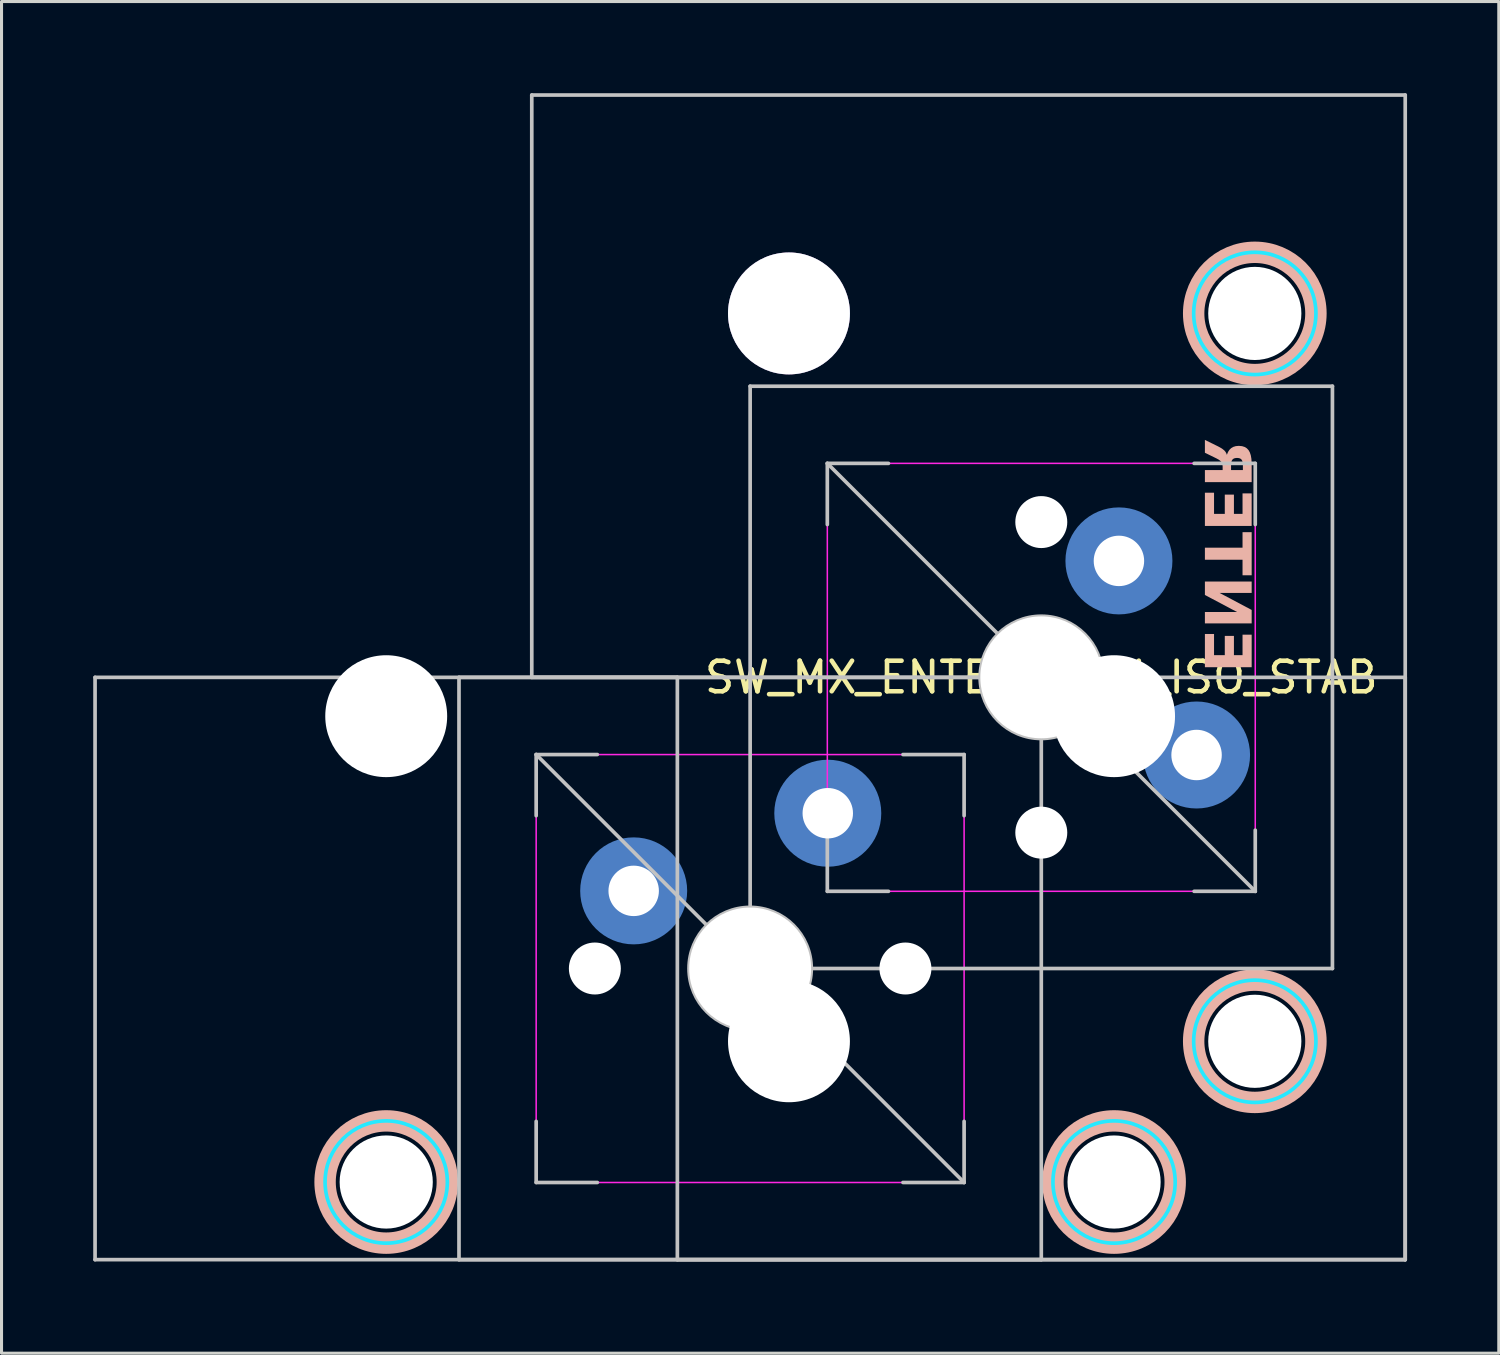
<source format=kicad_pcb>
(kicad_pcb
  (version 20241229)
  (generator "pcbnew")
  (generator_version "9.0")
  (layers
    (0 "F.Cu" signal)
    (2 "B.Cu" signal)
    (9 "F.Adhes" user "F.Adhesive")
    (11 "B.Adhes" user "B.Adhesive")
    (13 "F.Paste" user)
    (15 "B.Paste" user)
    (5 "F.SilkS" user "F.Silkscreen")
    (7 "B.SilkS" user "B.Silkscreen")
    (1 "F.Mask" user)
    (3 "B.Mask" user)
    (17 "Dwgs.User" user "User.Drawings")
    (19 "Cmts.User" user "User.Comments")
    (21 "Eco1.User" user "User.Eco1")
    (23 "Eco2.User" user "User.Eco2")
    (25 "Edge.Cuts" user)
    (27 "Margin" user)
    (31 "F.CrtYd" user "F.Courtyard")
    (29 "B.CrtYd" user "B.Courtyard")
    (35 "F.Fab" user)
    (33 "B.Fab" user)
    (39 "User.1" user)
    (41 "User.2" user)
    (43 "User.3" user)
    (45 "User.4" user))
  (footprint "SW_MX_ENTER_ANSI_ISO_STAB"
    (layer "F.Cu")
    (at 21.491 28.635)
    (property "Reference" "SW_MX_ENTER_ANSI_ISO_STAB" (at 9.525 -9.525 0) (layer "F.SilkS") (effects (font (size 1 1) (thickness 0.15))))
    (attr through_hole exclude_from_pos_files exclude_from_bom)
    (fp_circle (center -11.906 6.985) (end -13.906 6.985) (stroke (width 0.7) (type solid)) (fill no) (layer "B.SilkS"))
    (fp_circle (center 11.906 6.985) (end 9.906 6.985) (stroke (width 0.7) (type solid)) (fill no) (layer "B.SilkS"))
    (fp_circle (center 16.51 -21.431) (end 18.51 -21.431) (stroke (width 0.7) (type solid)) (fill no) (layer "B.SilkS"))
    (fp_circle (center 16.51 2.381) (end 18.51 2.381) (stroke (width 0.7) (type solid)) (fill no) (layer "B.SilkS"))
    (fp_line (start -21.431 9.525) (end -21.431 -9.525) (stroke (width 0.12) (type solid)) (layer "Dwgs.User"))
    (fp_line (start -9.525 -9.525) (end -9.525 9.525) (stroke (width 0.12) (type solid)) (layer "Dwgs.User"))
    (fp_line (start -9.525 9.525) (end 9.525 9.525) (stroke (width 0.12) (type solid)) (layer "Dwgs.User"))
    (fp_line (start -7.144 -28.575) (end -7.144 -9.525) (stroke (width 0.12) (type solid)) (layer "Dwgs.User"))
    (fp_line (start -7.144 -9.525) (end -2.381 -9.525) (stroke (width 0.12) (type solid)) (layer "Dwgs.User"))
    (fp_line (start -7 -7) (end -7 -5) (stroke (width 0.12) (type solid)) (layer "Dwgs.User"))
    (fp_line (start -7 7) (end -7 5) (stroke (width 0.12) (type solid)) (layer "Dwgs.User"))
    (fp_line (start -5 -7) (end -7 -7) (stroke (width 0.12) (type solid)) (layer "Dwgs.User"))
    (fp_line (start -5 7) (end -7 7) (stroke (width 0.12) (type solid)) (layer "Dwgs.User"))
    (fp_line (start -2.381 -9.525) (end -2.381 9.525) (stroke (width 0.12) (type solid)) (layer "Dwgs.User"))
    (fp_line (start -2.381 9.525) (end 21.431 9.525) (stroke (width 0.12) (type solid)) (layer "Dwgs.User"))
    (fp_line (start 0 -19.05) (end 0 0) (stroke (width 0.12) (type solid)) (layer "Dwgs.User"))
    (fp_line (start 0 0) (end 19.05 0) (stroke (width 0.12) (type solid)) (layer "Dwgs.User"))
    (fp_line (start 2.525 -16.525) (end 4.525 -16.525) (stroke (width 0.12) (type solid)) (layer "Dwgs.User"))
    (fp_line (start 2.525 -16.525) (end 16.525 -2.525) (stroke (width 0.12) (type solid)) (layer "Dwgs.User"))
    (fp_line (start 2.525 -14.525) (end 2.525 -16.525) (stroke (width 0.12) (type solid)) (layer "Dwgs.User"))
    (fp_line (start 2.525 -2.525) (end 2.525 -4.525) (stroke (width 0.12) (type solid)) (layer "Dwgs.User"))
    (fp_line (start 4.525 -2.525) (end 2.525 -2.525) (stroke (width 0.12) (type solid)) (layer "Dwgs.User"))
    (fp_line (start 5 -7) (end 7 -7) (stroke (width 0.12) (type solid)) (layer "Dwgs.User"))
    (fp_line (start 7 -7) (end 7 -5) (stroke (width 0.12) (type solid)) (layer "Dwgs.User"))
    (fp_line (start 7 5) (end 7 7) (stroke (width 0.12) (type solid)) (layer "Dwgs.User"))
    (fp_line (start 7 7) (end -7 -7) (stroke (width 0.12) (type solid)) (layer "Dwgs.User"))
    (fp_line (start 7 7) (end 5 7) (stroke (width 0.12) (type solid)) (layer "Dwgs.User"))
    (fp_line (start 9.525 -9.525) (end -9.525 -9.525) (stroke (width 0.12) (type solid)) (layer "Dwgs.User"))
    (fp_line (start 9.525 9.525) (end 9.525 -9.525) (stroke (width 0.12) (type solid)) (layer "Dwgs.User"))
    (fp_line (start 16.525 -16.525) (end 14.525 -16.525) (stroke (width 0.12) (type solid)) (layer "Dwgs.User"))
    (fp_line (start 16.525 -14.525) (end 16.525 -16.525) (stroke (width 0.12) (type solid)) (layer "Dwgs.User"))
    (fp_line (start 16.525 -4.525) (end 16.525 -2.525) (stroke (width 0.12) (type solid)) (layer "Dwgs.User"))
    (fp_line (start 16.525 -2.525) (end 14.525 -2.525) (stroke (width 0.12) (type solid)) (layer "Dwgs.User"))
    (fp_line (start 19.05 -19.05) (end 0 -19.05) (stroke (width 0.12) (type solid)) (layer "Dwgs.User"))
    (fp_line (start 19.05 0) (end 19.05 -19.05) (stroke (width 0.12) (type solid)) (layer "Dwgs.User"))
    (fp_line (start 21.431 -28.575) (end -7.144 -28.575) (stroke (width 0.12) (type solid)) (layer "Dwgs.User"))
    (fp_line (start 21.431 -9.525) (end -21.431 -9.525) (stroke (width 0.12) (type solid)) (layer "Dwgs.User"))
    (fp_line (start 21.431 9.525) (end -21.431 9.525) (stroke (width 0.12) (type solid)) (layer "Dwgs.User"))
    (fp_line (start 21.431 9.525) (end 21.431 -28.575) (stroke (width 0.12) (type solid)) (layer "Dwgs.User"))
    (fp_line (start 21.431 9.525) (end 21.431 -9.525) (stroke (width 0.12) (type solid)) (layer "Dwgs.User"))
    (fp_circle (center 0 0) (end -2 0) (stroke (width 0.12) (type solid)) (fill no) (layer "Dwgs.User"))
    (fp_circle (center 9.525 -9.525) (end 11.525 -9.525) (stroke (width 0.12) (type solid)) (fill no) (layer "Dwgs.User"))
    (fp_line (start -15.28 5.5) (end -15.281 -7.5) (stroke (width 0.05) (type solid)) (layer "Eco2.User"))
    (fp_line (start -9.031 -8) (end -14.781 -8) (stroke (width 0.05) (type solid)) (layer "Eco2.User"))
    (fp_line (start -9.031 6) (end -14.78 6) (stroke (width 0.05) (type solid)) (layer "Eco2.User"))
    (fp_line (start -8.531 5.5) (end -8.531 -7.5) (stroke (width 0.05) (type solid)) (layer "Eco2.User"))
    (fp_line (start -7 6.5) (end -7 -6.5) (stroke (width 0.05) (type solid)) (layer "Eco2.User"))
    (fp_line (start -6.5 -7) (end 6.5 -7) (stroke (width 0.05) (type solid)) (layer "Eco2.User"))
    (fp_line (start 1.525 -24.306) (end 1.525 -18.556) (stroke (width 0.05) (type solid)) (layer "Eco2.User"))
    (fp_line (start 1.525 -0.494) (end 1.525 5.256) (stroke (width 0.05) (type solid)) (layer "Eco2.User"))
    (fp_line (start 2.525 -3.025) (end 2.525 -16.025) (stroke (width 0.05) (type solid)) (layer "Eco2.User"))
    (fp_line (start 3.025 -16.525) (end 16.025 -16.525) (stroke (width 0.05) (type solid)) (layer "Eco2.User"))
    (fp_line (start 6.5 7) (end -6.5 7) (stroke (width 0.05) (type solid)) (layer "Eco2.User"))
    (fp_line (start 7 -6.5) (end 7 6.5) (stroke (width 0.05) (type solid)) (layer "Eco2.User"))
    (fp_line (start 8.531 5.5) (end 8.531 -7.5) (stroke (width 0.05) (type solid)) (layer "Eco2.User"))
    (fp_line (start 14.781 -8) (end 9.031 -8) (stroke (width 0.05) (type solid)) (layer "Eco2.User"))
    (fp_line (start 14.781 6) (end 9.031 6) (stroke (width 0.05) (type solid)) (layer "Eco2.User"))
    (fp_line (start 15.025 -24.806) (end 2.025 -24.806) (stroke (width 0.05) (type solid)) (layer "Eco2.User"))
    (fp_line (start 15.025 -18.056) (end 2.025 -18.056) (stroke (width 0.05) (type solid)) (layer "Eco2.User"))
    (fp_line (start 15.025 -0.994) (end 2.025 -0.994) (stroke (width 0.05) (type solid)) (layer "Eco2.User"))
    (fp_line (start 15.025 5.755) (end 2.025 5.756) (stroke (width 0.05) (type solid)) (layer "Eco2.User"))
    (fp_line (start 15.281 5.5) (end 15.281 -7.5) (stroke (width 0.05) (type solid)) (layer "Eco2.User"))
    (fp_line (start 15.525 -24.306) (end 15.525 -18.556) (stroke (width 0.05) (type solid)) (layer "Eco2.User"))
    (fp_line (start 15.525 -0.494) (end 15.525 5.255) (stroke (width 0.05) (type solid)) (layer "Eco2.User"))
    (fp_line (start 16.025 -2.525) (end 3.025 -2.525) (stroke (width 0.05) (type solid)) (layer "Eco2.User"))
    (fp_line (start 16.525 -16.025) (end 16.525 -3.025) (stroke (width 0.05) (type solid)) (layer "Eco2.User"))
    (fp_arc (start -15.28125 -7.500001) (mid -15.134803 -7.853554) (end -14.78125 -8.000001) (stroke (width 0.05) (type solid)) (layer "Eco2.User"))
    (fp_arc (start -14.780039 5.999999) (mid -15.133592 5.853552) (end -15.280039 5.499999) (stroke (width 0.05) (type solid)) (layer "Eco2.User"))
    (fp_arc (start -9.03125 -8.000001) (mid -8.677697 -7.853554) (end -8.53125 -7.500001) (stroke (width 0.05) (type solid)) (layer "Eco2.User"))
    (fp_arc (start -8.53125 5.499999) (mid -8.677697 5.853552) (end -9.03125 5.999999) (stroke (width 0.05) (type solid)) (layer "Eco2.User"))
    (fp_arc (start -7 -6.5) (mid -6.853553 -6.853553) (end -6.5 -7) (stroke (width 0.05) (type solid)) (layer "Eco2.User"))
    (fp_arc (start -6.5 7) (mid -6.853553 6.853553) (end -7 6.5) (stroke (width 0.05) (type solid)) (layer "Eco2.User"))
    (fp_arc (start 1.524999 -24.30625) (mid 1.671446 -24.659803) (end 2.024999 -24.80625) (stroke (width 0.05) (type solid)) (layer "Eco2.User"))
    (fp_arc (start 1.524999 -0.49375) (mid 1.671446 -0.847303) (end 2.024999 -0.99375) (stroke (width 0.05) (type solid)) (layer "Eco2.User"))
    (fp_arc (start 2.024999 -18.05625) (mid 1.671446 -18.202697) (end 1.524999 -18.55625) (stroke (width 0.05) (type solid)) (layer "Eco2.User"))
    (fp_arc (start 2.024999 5.75625) (mid 1.671446 5.609803) (end 1.524999 5.25625) (stroke (width 0.05) (type solid)) (layer "Eco2.User"))
    (fp_arc (start 2.525 -16.025) (mid 2.671447 -16.378553) (end 3.025 -16.525) (stroke (width 0.05) (type solid)) (layer "Eco2.User"))
    (fp_arc (start 3.026116 -2.527764) (mid 2.672563 -2.674211) (end 2.526116 -3.027764) (stroke (width 0.05) (type solid)) (layer "Eco2.User"))
    (fp_arc (start 6.5 -7) (mid 6.853553 -6.853553) (end 7 -6.5) (stroke (width 0.05) (type solid)) (layer "Eco2.User"))
    (fp_arc (start 6.997236 6.498884) (mid 6.850789 6.852437) (end 6.497236 6.998884) (stroke (width 0.05) (type solid)) (layer "Eco2.User"))
    (fp_arc (start 8.53125 -7.500001) (mid 8.677697 -7.853554) (end 9.03125 -8.000001) (stroke (width 0.05) (type solid)) (layer "Eco2.User"))
    (fp_arc (start 9.03125 5.999999) (mid 8.677697 5.853552) (end 8.53125 5.499999) (stroke (width 0.05) (type solid)) (layer "Eco2.User"))
    (fp_arc (start 14.78125 -8.000001) (mid 15.134804 -7.853554) (end 15.28125 -7.500001) (stroke (width 0.05) (type solid)) (layer "Eco2.User"))
    (fp_arc (start 15.024999 -24.80625) (mid 15.378571 -24.659807) (end 15.524999 -24.30625) (stroke (width 0.05) (type solid)) (layer "Eco2.User"))
    (fp_arc (start 15.024999 -0.99375) (mid 15.378571 -0.847307) (end 15.524999 -0.49375) (stroke (width 0.05) (type solid)) (layer "Eco2.User"))
    (fp_arc (start 15.28125 5.499999) (mid 15.134804 5.853553) (end 14.78125 5.999999) (stroke (width 0.05) (type solid)) (layer "Eco2.User"))
    (fp_arc (start 15.524999 -18.55625) (mid 15.378552 -18.202697) (end 15.024999 -18.05625) (stroke (width 0.05) (type solid)) (layer "Eco2.User"))
    (fp_arc (start 15.524999 5.255039) (mid 15.378553 5.608593) (end 15.024999 5.755039) (stroke (width 0.05) (type solid)) (layer "Eco2.User"))
    (fp_arc (start 16.025 -16.525) (mid 16.378553 -16.378553) (end 16.525 -16.025) (stroke (width 0.05) (type solid)) (layer "Eco2.User"))
    (fp_arc (start 16.525 -3.025) (mid 16.378553 -2.671447) (end 16.025 -2.525) (stroke (width 0.05) (type solid)) (layer "Eco2.User"))
    (fp_circle (center -11.906 6.985) (end -13.906 6.985) (stroke (width 0.12) (type solid)) (fill no) (layer "B.CrtYd"))
    (fp_circle (center 11.906 6.985) (end 9.906 6.985) (stroke (width 0.12) (type solid)) (fill no) (layer "B.CrtYd"))
    (fp_circle (center 16.51 -21.431) (end 18.51 -21.431) (stroke (width 0.12) (type solid)) (fill no) (layer "B.CrtYd"))
    (fp_circle (center 16.51 2.381) (end 18.51 2.381) (stroke (width 0.12) (type solid)) (fill no) (layer "B.CrtYd"))
    (fp_line (start -7 -7) (end -7 7) (stroke (width 0.05) (type solid)) (layer "F.CrtYd"))
    (fp_line (start -7 7) (end 7 7) (stroke (width 0.05) (type solid)) (layer "F.CrtYd"))
    (fp_line (start 2.525 -16.525) (end 2.525 -2.525) (stroke (width 0.05) (type solid)) (layer "F.CrtYd"))
    (fp_line (start 2.525 -2.525) (end 16.525 -2.525) (stroke (width 0.05) (type solid)) (layer "F.CrtYd"))
    (fp_line (start 7 -7) (end -7 -7) (stroke (width 0.05) (type solid)) (layer "F.CrtYd"))
    (fp_line (start 7 7) (end 7 -7) (stroke (width 0.05) (type solid)) (layer "F.CrtYd"))
    (fp_line (start 16.525 -16.525) (end 2.525 -16.525) (stroke (width 0.05) (type solid)) (layer "F.CrtYd"))
    (fp_line (start 16.525 -2.525) (end 16.525 -16.525) (stroke (width 0.05) (type solid)) (layer "F.CrtYd"))
    (fp_text user "ENTER" (at 15.5 -13.5 270) (unlocked yes) (layer "B.SilkS") (effects (font (face "Nicolas Cochin EF") (size 1.5 1.5) (thickness 0.3) (bold yes)) (justify mirror)))
    (pad "" np_thru_hole circle (at -11.906 -8.255 180) (size 3.988 3.988) (drill 3.988) (layers "*.Cu" "*.Mask"))
    (pad "" np_thru_hole circle (at -11.906 6.985 180) (size 3.048 3.048) (drill 3.048) (layers "*.Cu" "*.Mask"))
    (pad "" np_thru_hole circle (at -5.08 0) (size 1.7 1.7) (drill 1.7) (layers "*.Cu" "*.Mask"))
    (pad "" np_thru_hole circle (at 0 0) (size 3.988 3.988) (drill 3.988) (layers "*.Cu" "*.Mask"))
    (pad "" thru_hole circle (at 1.27 -21.431 270) (size 3.988 3.988) (drill 3.988) (layers "*.Cu" "*.Mask"))
    (pad "" np_thru_hole circle (at 1.27 2.381 270) (size 3.988 3.988) (drill 3.988) (layers "*.Cu" "*.Mask"))
    (pad "" np_thru_hole circle (at 5.08 0) (size 1.7 1.7) (drill 1.7) (layers "*.Cu" "*.Mask"))
    (pad "" np_thru_hole circle (at 9.525 -14.605 270) (size 1.7 1.7) (drill 1.7) (layers "*.Cu" "*.Mask"))
    (pad "" np_thru_hole circle (at 9.525 -9.525 270) (size 3.988 3.988) (drill 3.988) (layers "*.Cu" "*.Mask"))
    (pad "" np_thru_hole circle (at 9.525 -4.445 270) (size 1.7 1.7) (drill 1.7) (layers "*.Cu" "*.Mask"))
    (pad "" np_thru_hole circle (at 11.906 -8.255 180) (size 3.988 3.988) (drill 3.988) (layers "*.Cu" "*.Mask"))
    (pad "" np_thru_hole circle (at 11.906 6.985 180) (size 3.048 3.048) (drill 3.048) (layers "*.Cu" "*.Mask"))
    (pad "" np_thru_hole circle (at 16.51 -21.431 270) (size 3.048 3.048) (drill 3.048) (layers "*.Cu" "*.Mask"))
    (pad "" np_thru_hole circle (at 16.51 2.381 270) (size 3.048 3.048) (drill 3.048) (layers "*.Cu" "*.Mask"))
    (pad "1" thru_hole circle (at -3.81 -2.54) (size 2 2) (drill 1.65) (layers "*.Cu") (remove_unused_layers yes) (keep_end_layers yes) (zone_layer_connections))
    (pad "1" smd circle (at -3.81 -2.54) (size 2.5 2.5) (layers "B.Cu" "B.Mask"))
    (pad "1" smd circle (at -3.81 -2.54) (size 3.5 3.5) (layers "B.Cu"))
    (pad "1" thru_hole circle (at 12.065 -13.335 270) (size 2 2) (drill 1.65) (layers "*.Cu") (remove_unused_layers yes) (keep_end_layers yes) (zone_layer_connections))
    (pad "1" smd circle (at 12.065 -13.335 270) (size 2.5 2.5) (layers "B.Cu" "B.Mask"))
    (pad "1" smd circle (at 12.065 -13.335 270) (size 3.5 3.5) (layers "B.Cu"))
    (pad "2" thru_hole circle (at 2.54 -5.08) (size 2 2) (drill 1.65) (layers "*.Cu") (remove_unused_layers yes) (keep_end_layers yes) (zone_layer_connections))
    (pad "2" smd circle (at 2.54 -5.08) (size 2.5 2.5) (layers "B.Cu" "B.Mask"))
    (pad "2" smd circle (at 2.54 -5.08) (size 3.5 3.5) (layers "B.Cu"))
    (pad "2" thru_hole circle (at 14.605 -6.985 270) (size 2 2) (drill 1.65) (layers "*.Cu") (remove_unused_layers yes) (keep_end_layers yes) (zone_layer_connections))
    (pad "2" smd circle (at 14.605 -6.985 270) (size 2.5 2.5) (layers "B.Cu" "B.Mask"))
    (pad "2" smd circle (at 14.605 -6.985 270) (size 3.5 3.5) (layers "B.Cu")))
  (gr_rect
    (start -3 -3)
    (end 45.983 41.22)
    (stroke (width 0.1) (type default))
    (fill no)
    (layer "Edge.Cuts")))
</source>
